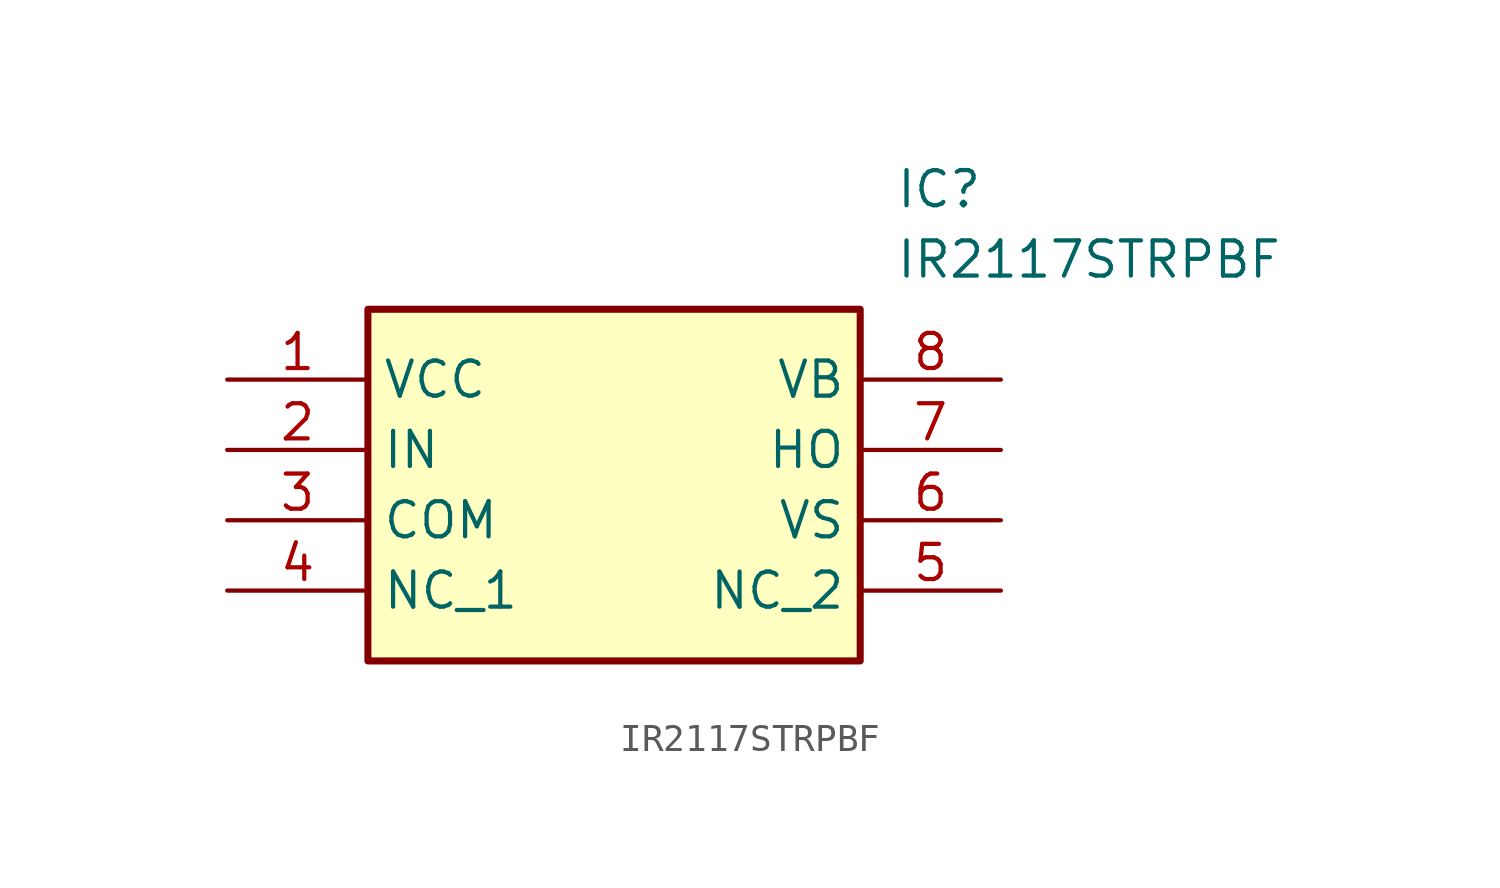
<source format=kicad_sym>
(kicad_symbol_lib
  (version 20211014)
  (generator SamacSys_ECAD_Model)
  (symbol "IR2117STRPBF"
    (property "Reference" "IC"
      (at 24.13 7.62 0)
      (effects (font (size 1.27 1.27)) (justify left top)))
    (property "Value" "IR2117STRPBF"
      (at 24.13 5.08 0)
      (effects (font (size 1.27 1.27)) (justify left top)))
    (rectangle
      (start 5.08 2.54)
      (end 22.86 -10.16)
      (stroke (width 0.254) (type default))
      (fill (type background)))
    (pin passive line
      (at 0 0 0)
      (length 5.08)
      (name "VCC" (effects (font (size 1.27 1.27))))
      (number "1" (effects (font (size 1.27 1.27)))))
    (pin passive line
      (at 0 -2.54 0)
      (length 5.08)
      (name "IN" (effects (font (size 1.27 1.27))))
      (number "2" (effects (font (size 1.27 1.27)))))
    (pin passive line
      (at 0 -5.08 0)
      (length 5.08)
      (name "COM" (effects (font (size 1.27 1.27))))
      (number "3" (effects (font (size 1.27 1.27)))))
    (pin passive line
      (at 0 -7.62 0)
      (length 5.08)
      (name "NC_1" (effects (font (size 1.27 1.27))))
      (number "4" (effects (font (size 1.27 1.27)))))
    (pin passive line
      (at 27.94 0 180)
      (length 5.08)
      (name "VB" (effects (font (size 1.27 1.27))))
      (number "8" (effects (font (size 1.27 1.27)))))
    (pin passive line
      (at 27.94 -2.54 180)
      (length 5.08)
      (name "HO" (effects (font (size 1.27 1.27))))
      (number "7" (effects (font (size 1.27 1.27)))))
    (pin passive line
      (at 27.94 -5.08 180)
      (length 5.08)
      (name "VS" (effects (font (size 1.27 1.27))))
      (number "6" (effects (font (size 1.27 1.27)))))
    (pin passive line
      (at 27.94 -7.62 180)
      (length 5.08)
      (name "NC_2" (effects (font (size 1.27 1.27))))
      (number "5" (effects (font (size 1.27 1.27)))))))
</source>
